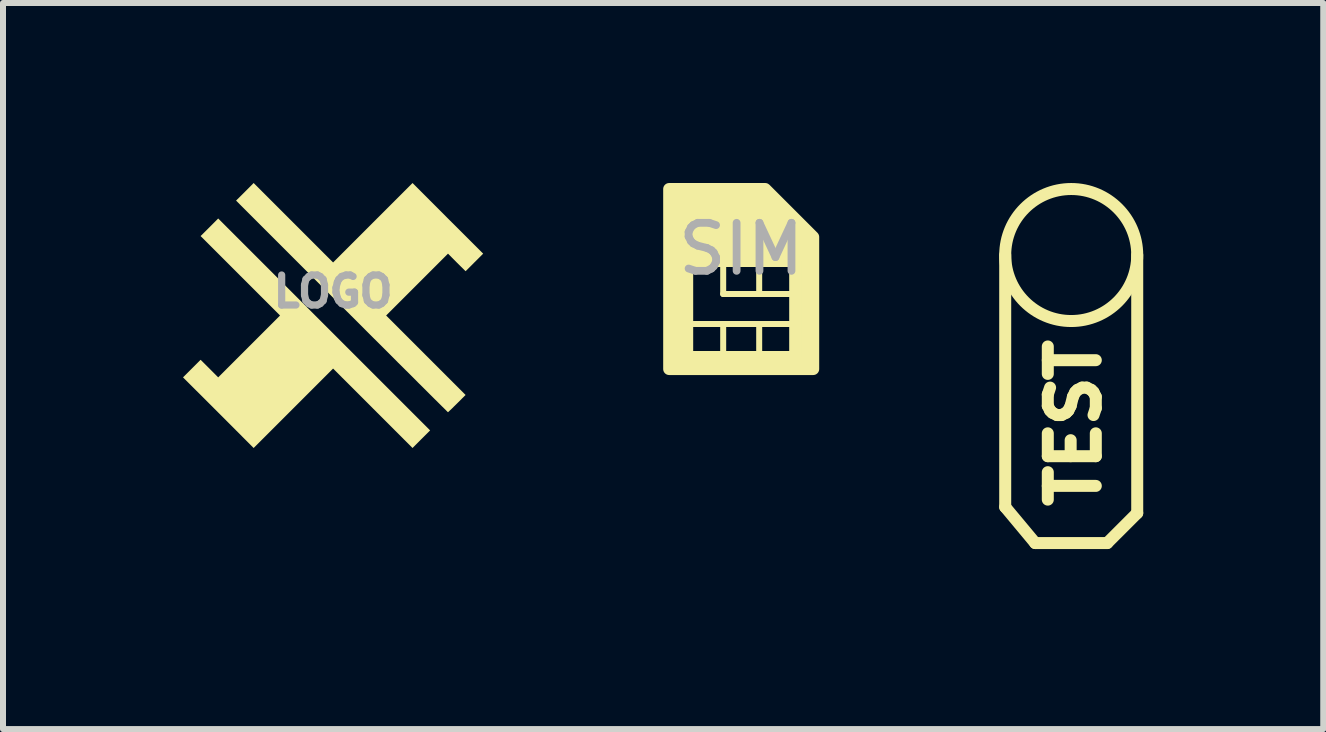
<source format=kicad_pcb>
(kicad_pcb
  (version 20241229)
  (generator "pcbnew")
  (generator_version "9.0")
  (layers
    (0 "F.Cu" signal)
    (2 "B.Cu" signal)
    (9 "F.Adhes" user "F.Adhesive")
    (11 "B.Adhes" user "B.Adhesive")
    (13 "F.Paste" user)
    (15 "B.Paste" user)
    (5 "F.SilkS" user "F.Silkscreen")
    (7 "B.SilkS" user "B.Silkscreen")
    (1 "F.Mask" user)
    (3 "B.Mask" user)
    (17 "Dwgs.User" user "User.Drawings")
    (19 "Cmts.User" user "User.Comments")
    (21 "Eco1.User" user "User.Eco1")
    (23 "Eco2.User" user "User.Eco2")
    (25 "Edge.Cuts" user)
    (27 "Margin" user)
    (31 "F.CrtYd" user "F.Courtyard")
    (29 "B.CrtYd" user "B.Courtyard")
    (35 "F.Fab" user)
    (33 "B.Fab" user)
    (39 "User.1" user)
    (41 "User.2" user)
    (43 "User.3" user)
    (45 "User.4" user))
  (footprint "LOGO"
    (layer "F.Cu")
    (at 2.501 2.208)
    (property "Reference" "LOGO" (at 0 -0.4 0) (layer "F.Fab") (effects (font (size 0.5 0.5) (thickness 0.12) (bold yes))))
    (attr board_only exclude_from_pos_files exclude_from_bom)
    (fp_poly (pts (xy -0.149 0.149) (xy 1.617 1.915) (xy 1.47 2.061) (xy 1.324 2.208) (xy 0.662 1.546) (xy 0 0.884) (xy -0.662 1.546) (xy -1.324 2.208) (xy -1.912 1.619) (xy -2.501 1.031) (xy -2.354 0.884) (xy -2.208 0.738) (xy -2.061 0.884) (xy -1.915 1.031) (xy -1.399 0.515) (xy -0.884 0.000015) (xy -1.546 -0.662) (xy -2.208 -1.324) (xy -2.061 -1.47) (xy -1.915 -1.617)) (stroke (width 0) (type solid)) (fill yes) (layer "F.SilkS"))
    (fp_poly (pts (xy -0.662 -1.546) (xy 0 -0.884) (xy 0.662 -1.546) (xy 1.324 -2.208) (xy 1.912 -1.619) (xy 2.501 -1.031) (xy 2.354 -0.884) (xy 2.208 -0.738) (xy 2.061 -0.884) (xy 1.915 -1.031) (xy 1.399 -0.515) (xy 0.884 -0.000016) (xy 1.546 0.662) (xy 2.208 1.324) (xy 2.064 1.468) (xy 2.02 1.511) (xy 1.982 1.549) (xy 1.95 1.579) (xy 1.927 1.601) (xy 1.916 1.611) (xy 1.915 1.612) (xy 1.907 1.605) (xy 1.887 1.585) (xy 1.854 1.552) (xy 1.809 1.508) (xy 1.752 1.451) (xy 1.684 1.384) (xy 1.606 1.306) (xy 1.519 1.219) (xy 1.422 1.123) (xy 1.317 1.017) (xy 1.203 0.904) (xy 1.082 0.784) (xy 0.955 0.656) (xy 0.821 0.522) (xy 0.681 0.383) (xy 0.536 0.238) (xy 0.387 0.089) (xy 0.234 -0.064) (xy 0.147 -0.151) (xy -1.617 -1.915) (xy -1.47 -2.061) (xy -1.324 -2.208)) (stroke (width 0) (type solid)) (fill yes) (layer "F.SilkS")))
  (footprint "SIM"
    (layer "F.Cu")
    (at 9.302 1.9)
    (property "Reference" "SIM" (at 0 -0.8 0) (layer "F.Fab") (effects (font (size 0.8 0.8) (thickness 0.13))))
    (attr through_hole)
    (fp_line (start -0.8 0.45) (end 0.8 0.45) (stroke (width 0.1) (type solid)) (layer "F.SilkS"))
    (fp_line (start -0.3 -0.5) (end -0.3 -0.05) (stroke (width 0.1) (type solid)) (layer "F.SilkS"))
    (fp_line (start -0.3 -0.05) (end 0.9 -0.05) (stroke (width 0.1) (type solid)) (layer "F.SilkS"))
    (fp_line (start -0.3 0.45) (end -0.3 0.9) (stroke (width 0.1) (type solid)) (layer "F.SilkS"))
    (fp_line (start 0.3 -0.5) (end 0.3 -0.05) (stroke (width 0.1) (type solid)) (layer "F.SilkS"))
    (fp_line (start 0.3 0.45) (end 0.3 0.9) (stroke (width 0.1) (type solid)) (layer "F.SilkS"))
    (fp_poly (pts (xy -0.9 1) (xy 0.9 1) (xy 0.9 -0.6) (xy -0.8 -0.6) (xy -0.9 -1.8) (xy 0.4 -1.8) (xy 1.2 -1) (xy 1.2 1.2) (xy -1.2 1.2) (xy -1.2 -1.8) (xy -0.9 -1.8)) (stroke (width 0.2) (type solid)) (fill yes) (layer "F.SilkS")))
  (footprint "TEST"
    (layer "F.Cu")
    (at 14.802 1.2)
    (property "Reference" "TEST" (at 0.05 2.8 90) (layer "F.SilkS") (effects (font (size 0.8 0.8) (thickness 0.2) (bold yes))))
    (attr through_hole)
    (fp_line (start -1.1 4.2) (end -1.1 0) (stroke (width 0.2) (type solid)) (layer "F.SilkS"))
    (fp_line (start -1.1 4.2) (end -0.6 4.8) (stroke (width 0.2) (type solid)) (layer "F.SilkS"))
    (fp_line (start -0.6 4.8) (end 0.6 4.8) (stroke (width 0.2) (type solid)) (layer "F.SilkS"))
    (fp_line (start 0.6 4.8) (end 1.1 4.3) (stroke (width 0.2) (type solid)) (layer "F.SilkS"))
    (fp_line (start 1.1 0) (end 1.1 4.3) (stroke (width 0.2) (type solid)) (layer "F.SilkS"))
    (fp_circle (center 0 0) (end 1.1 0) (stroke (width 0.2) (type default)) (fill no) (layer "F.SilkS")))
  (gr_rect
    (start -3 -3)
    (end 19.002 9.1)
    (stroke (width 0.1) (type default))
    (fill no)
    (layer "Edge.Cuts")))
</source>
